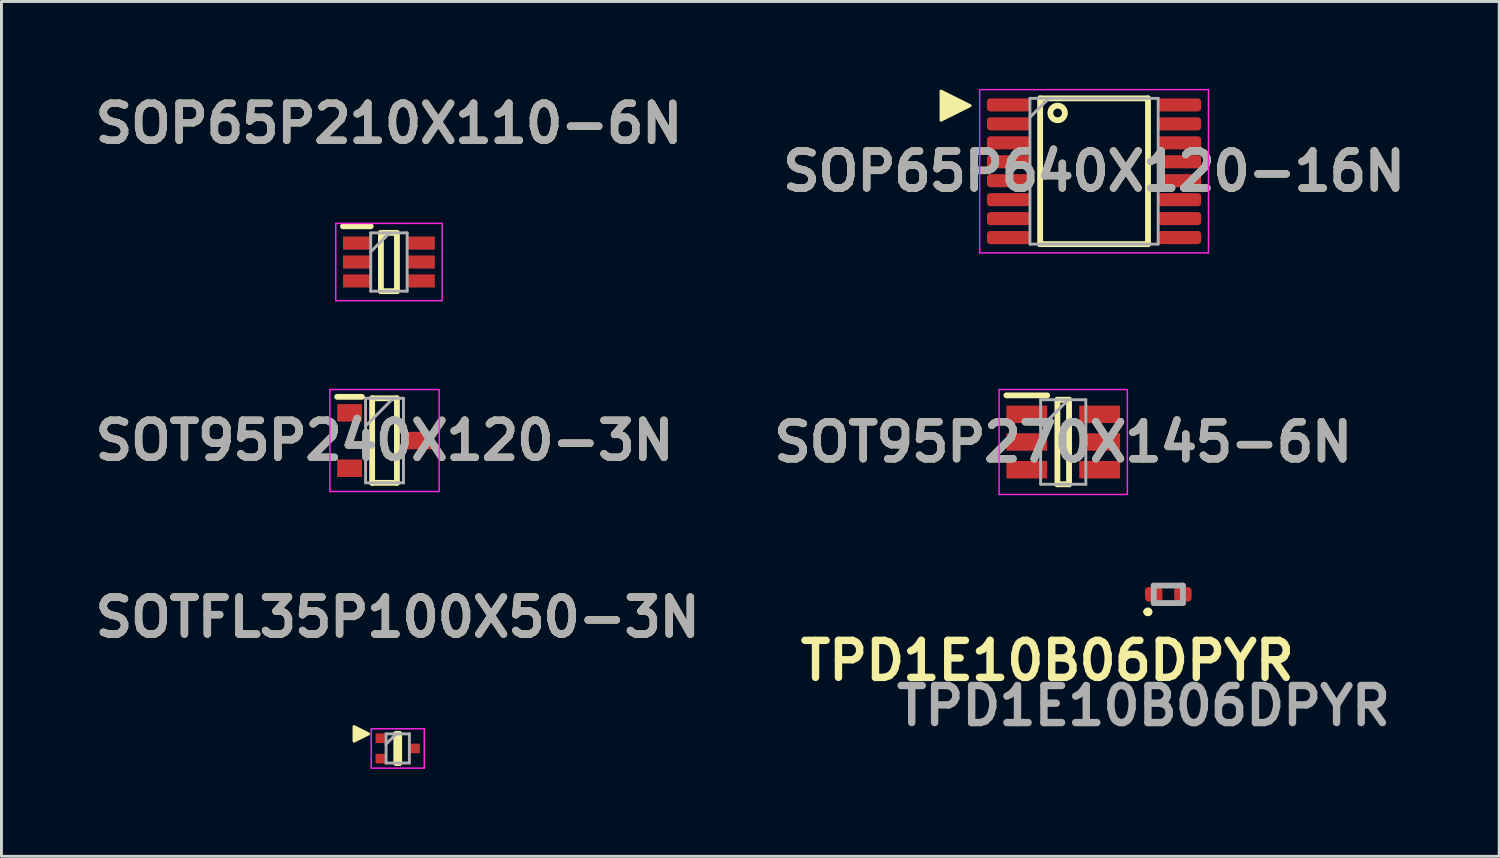
<source format=kicad_pcb>
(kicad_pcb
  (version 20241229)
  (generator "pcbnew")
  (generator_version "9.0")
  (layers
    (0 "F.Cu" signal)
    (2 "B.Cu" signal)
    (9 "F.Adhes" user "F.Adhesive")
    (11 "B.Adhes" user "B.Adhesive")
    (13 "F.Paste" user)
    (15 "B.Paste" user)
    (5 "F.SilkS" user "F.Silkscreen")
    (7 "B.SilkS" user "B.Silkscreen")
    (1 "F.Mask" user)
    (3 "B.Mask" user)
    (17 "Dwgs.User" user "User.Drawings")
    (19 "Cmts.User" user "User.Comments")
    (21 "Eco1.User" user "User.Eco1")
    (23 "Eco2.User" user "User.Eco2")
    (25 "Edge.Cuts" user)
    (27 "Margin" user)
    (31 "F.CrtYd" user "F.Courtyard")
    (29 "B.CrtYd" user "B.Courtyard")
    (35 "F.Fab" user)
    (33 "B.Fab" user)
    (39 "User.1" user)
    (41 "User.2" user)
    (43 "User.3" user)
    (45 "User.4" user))
  (footprint "SOT95P270X145-6N"
    (layer "F.Cu")
    (at 33.426 12.114)
    (property "Reference" "SOT95P270X145-6N" (at 0 0 0) (layer "F.SilkS") (effects (font (size 1.27 1.27) (thickness 0.254))))
    (attr smd)
    (fp_line (start -1.95 -1.6) (end -0.55 -1.6) (stroke (width 0.2) (type solid)) (layer "F.SilkS"))
    (fp_line (start -0.2 -1.45) (end 0.2 -1.45) (stroke (width 0.2) (type solid)) (layer "F.SilkS"))
    (fp_line (start -0.2 1.45) (end -0.2 -1.45) (stroke (width 0.2) (type solid)) (layer "F.SilkS"))
    (fp_line (start 0.2 -1.45) (end 0.2 1.45) (stroke (width 0.2) (type solid)) (layer "F.SilkS"))
    (fp_line (start 0.2 1.45) (end -0.2 1.45) (stroke (width 0.2) (type solid)) (layer "F.SilkS"))
    (fp_line (start -2.2 -1.8) (end 2.2 -1.8) (stroke (width 0.05) (type solid)) (layer "F.CrtYd"))
    (fp_line (start -2.2 1.8) (end -2.2 -1.8) (stroke (width 0.05) (type solid)) (layer "F.CrtYd"))
    (fp_line (start 2.2 -1.8) (end 2.2 1.8) (stroke (width 0.05) (type solid)) (layer "F.CrtYd"))
    (fp_line (start 2.2 1.8) (end -2.2 1.8) (stroke (width 0.05) (type solid)) (layer "F.CrtYd"))
    (fp_line (start -0.775 -1.45) (end 0.775 -1.45) (stroke (width 0.1) (type solid)) (layer "F.Fab"))
    (fp_line (start -0.775 -0.5) (end 0.175 -1.45) (stroke (width 0.1) (type solid)) (layer "F.Fab"))
    (fp_line (start -0.775 1.45) (end -0.775 -1.45) (stroke (width 0.1) (type solid)) (layer "F.Fab"))
    (fp_line (start 0.775 -1.45) (end 0.775 1.45) (stroke (width 0.1) (type solid)) (layer "F.Fab"))
    (fp_line (start 0.775 1.45) (end -0.775 1.45) (stroke (width 0.1) (type solid)) (layer "F.Fab"))
    (fp_text user "${REFERENCE}" (at 0 0 0) (layer "F.Fab") (effects (font (size 1.27 1.27) (thickness 0.254))))
    (pad "1" smd rect (at -1.25 -0.95 90) (size 0.6 1.4) (layers "F.Cu" "F.Mask" "F.Paste"))
    (pad "2" smd rect (at -1.25 0 90) (size 0.6 1.4) (layers "F.Cu" "F.Mask" "F.Paste"))
    (pad "3" smd rect (at -1.25 0.95 90) (size 0.6 1.4) (layers "F.Cu" "F.Mask" "F.Paste"))
    (pad "4" smd rect (at 1.25 0.95 90) (size 0.6 1.4) (layers "F.Cu" "F.Mask" "F.Paste"))
    (pad "5" smd rect (at 1.25 0 90) (size 0.6 1.4) (layers "F.Cu" "F.Mask" "F.Paste"))
    (pad "6" smd rect (at 1.25 -0.95 90) (size 0.6 1.4) (layers "F.Cu" "F.Mask" "F.Paste")))
  (footprint "SOT95P240X120-3N"
    (layer "F.Cu")
    (at 10.142 12.064)
    (property "Reference" "SOT95P240X120-3N" (at 0 0 0) (layer "F.SilkS") (effects (font (size 1.27 1.27) (thickness 0.254))))
    (attr smd)
    (fp_line (start -1.625 -1.5) (end -0.775 -1.5) (stroke (width 0.2) (type solid)) (layer "F.SilkS"))
    (fp_line (start -0.425 -1.45) (end 0.425 -1.45) (stroke (width 0.2) (type solid)) (layer "F.SilkS"))
    (fp_line (start -0.425 1.45) (end -0.425 -1.45) (stroke (width 0.2) (type solid)) (layer "F.SilkS"))
    (fp_line (start 0.425 -1.45) (end 0.425 1.45) (stroke (width 0.2) (type solid)) (layer "F.SilkS"))
    (fp_line (start 0.425 1.45) (end -0.425 1.45) (stroke (width 0.2) (type solid)) (layer "F.SilkS"))
    (fp_line (start -1.875 -1.75) (end 1.875 -1.75) (stroke (width 0.05) (type solid)) (layer "F.CrtYd"))
    (fp_line (start -1.875 1.75) (end -1.875 -1.75) (stroke (width 0.05) (type solid)) (layer "F.CrtYd"))
    (fp_line (start 1.875 -1.75) (end 1.875 1.75) (stroke (width 0.05) (type solid)) (layer "F.CrtYd"))
    (fp_line (start 1.875 1.75) (end -1.875 1.75) (stroke (width 0.05) (type solid)) (layer "F.CrtYd"))
    (fp_line (start -0.65 -1.45) (end 0.65 -1.45) (stroke (width 0.1) (type solid)) (layer "F.Fab"))
    (fp_line (start -0.65 -0.5) (end 0.3 -1.45) (stroke (width 0.1) (type solid)) (layer "F.Fab"))
    (fp_line (start -0.65 1.45) (end -0.65 -1.45) (stroke (width 0.1) (type solid)) (layer "F.Fab"))
    (fp_line (start 0.65 -1.45) (end 0.65 1.45) (stroke (width 0.1) (type solid)) (layer "F.Fab"))
    (fp_line (start 0.65 1.45) (end -0.65 1.45) (stroke (width 0.1) (type solid)) (layer "F.Fab"))
    (fp_text user "${REFERENCE}" (at 0 0 0) (layer "F.Fab") (effects (font (size 1.27 1.27) (thickness 0.254))))
    (pad "1" smd rect (at -1.2 -0.95 90) (size 0.6 0.85) (layers "F.Cu" "F.Mask" "F.Paste"))
    (pad "2" smd rect (at -1.2 0.95 90) (size 0.6 0.85) (layers "F.Cu" "F.Mask" "F.Paste"))
    (pad "3" smd rect (at 1.2 0 90) (size 0.6 0.85) (layers "F.Cu" "F.Mask" "F.Paste")))
  (footprint "SOP65P210X110-6N"
    (layer "F.Cu")
    (at 10.293 5.939)
    (property "Reference" "SOP65P210X110-6N" (at 0 -4.75 0) (layer "F.SilkS") (effects (font (size 1.27 1.27) (thickness 0.254))))
    (attr smd)
    (fp_line (start -1.575 -1.225) (end -0.625 -1.225) (stroke (width 0.2) (type solid)) (layer "F.SilkS"))
    (fp_line (start -0.275 -1) (end 0.275 -1) (stroke (width 0.2) (type solid)) (layer "F.SilkS"))
    (fp_line (start -0.275 1) (end -0.275 -1) (stroke (width 0.2) (type solid)) (layer "F.SilkS"))
    (fp_line (start 0.275 -1) (end 0.275 1) (stroke (width 0.2) (type solid)) (layer "F.SilkS"))
    (fp_line (start 0.275 1) (end -0.275 1) (stroke (width 0.2) (type solid)) (layer "F.SilkS"))
    (fp_line (start -1.825 -1.325) (end 1.825 -1.325) (stroke (width 0.05) (type solid)) (layer "F.CrtYd"))
    (fp_line (start -1.825 1.325) (end -1.825 -1.325) (stroke (width 0.05) (type solid)) (layer "F.CrtYd"))
    (fp_line (start 1.825 -1.325) (end 1.825 1.325) (stroke (width 0.05) (type solid)) (layer "F.CrtYd"))
    (fp_line (start 1.825 1.325) (end -1.825 1.325) (stroke (width 0.05) (type solid)) (layer "F.CrtYd"))
    (fp_line (start -0.625 -1) (end 0.625 -1) (stroke (width 0.1) (type solid)) (layer "F.Fab"))
    (fp_line (start -0.625 -0.35) (end 0.025 -1) (stroke (width 0.1) (type solid)) (layer "F.Fab"))
    (fp_line (start -0.625 1) (end -0.625 -1) (stroke (width 0.1) (type solid)) (layer "F.Fab"))
    (fp_line (start 0.625 -1) (end 0.625 1) (stroke (width 0.1) (type solid)) (layer "F.Fab"))
    (fp_line (start 0.625 1) (end -0.625 1) (stroke (width 0.1) (type solid)) (layer "F.Fab"))
    (fp_text user "${REFERENCE}" (at 0 -4.75 0) (layer "F.Fab") (effects (font (size 1.27 1.27) (thickness 0.254))))
    (pad "1" smd rect (at -1.1 -0.65 90) (size 0.45 0.95) (layers "F.Cu" "F.Mask" "F.Paste"))
    (pad "2" smd rect (at -1.1 0 90) (size 0.45 0.95) (layers "F.Cu" "F.Mask" "F.Paste"))
    (pad "3" smd rect (at -1.1 0.65 90) (size 0.45 0.95) (layers "F.Cu" "F.Mask" "F.Paste"))
    (pad "4" smd rect (at 1.1 0.65 90) (size 0.45 0.95) (layers "F.Cu" "F.Mask" "F.Paste"))
    (pad "5" smd rect (at 1.1 0 90) (size 0.45 0.95) (layers "F.Cu" "F.Mask" "F.Paste"))
    (pad "6" smd rect (at 1.1 -0.65 90) (size 0.45 0.95) (layers "F.Cu" "F.Mask" "F.Paste")))
  (footprint "SOP65P640X120-16N"
    (layer "F.Cu")
    (at 34.484 2.825)
    (property "Reference" "SOP65P640X120-16N" (at 0 0 0) (layer "F.SilkS") (effects (font (size 1.27 1.27) (thickness 0.254))))
    (attr smd)
    (fp_line (start -1.85 -2.5) (end 1.85 -2.5) (stroke (width 0.2) (type solid)) (layer "F.SilkS"))
    (fp_line (start -1.85 2.5) (end -1.85 -2.5) (stroke (width 0.2) (type solid)) (layer "F.SilkS"))
    (fp_line (start 1.85 -2.5) (end 1.85 2.5) (stroke (width 0.2) (type solid)) (layer "F.SilkS"))
    (fp_line (start 1.85 2.5) (end -1.85 2.5) (stroke (width 0.2) (type solid)) (layer "F.SilkS"))
    (fp_circle (center -1.25 -2) (end -1.25 -2.25) (stroke (width 0.2) (type solid)) (fill no) (layer "F.SilkS"))
    (fp_poly (pts (xy -4.25 -2.25) (xy -5.25 -1.75) (xy -5.25 -2.75)) (stroke (width 0.1) (type solid)) (fill yes) (layer "F.SilkS"))
    (fp_line (start -3.925 -2.8) (end 3.925 -2.8) (stroke (width 0.05) (type solid)) (layer "F.CrtYd"))
    (fp_line (start -3.925 2.8) (end -3.925 -2.8) (stroke (width 0.05) (type solid)) (layer "F.CrtYd"))
    (fp_line (start 3.925 -2.8) (end 3.925 2.8) (stroke (width 0.05) (type solid)) (layer "F.CrtYd"))
    (fp_line (start 3.925 2.8) (end -3.925 2.8) (stroke (width 0.05) (type solid)) (layer "F.CrtYd"))
    (fp_line (start -2.2 -2.5) (end 2.2 -2.5) (stroke (width 0.1) (type solid)) (layer "F.Fab"))
    (fp_line (start -2.2 -1.85) (end -1.55 -2.5) (stroke (width 0.1) (type solid)) (layer "F.Fab"))
    (fp_line (start -2.2 2.5) (end -2.2 -2.5) (stroke (width 0.1) (type solid)) (layer "F.Fab"))
    (fp_line (start 2.2 -2.5) (end 2.2 2.5) (stroke (width 0.1) (type solid)) (layer "F.Fab"))
    (fp_line (start 2.2 2.5) (end -2.2 2.5) (stroke (width 0.1) (type solid)) (layer "F.Fab"))
    (fp_text user "${REFERENCE}" (at 0 0 0) (layer "F.Fab") (effects (font (size 1.27 1.27) (thickness 0.254))))
    (pad "1" smd roundrect (at -2.938 -2.275 90) (size 0.45 1.475) (layers "F.Cu" "F.Mask" "F.Paste") (roundrect_rratio 0.25))
    (pad "2" smd roundrect (at -2.938 -1.625 90) (size 0.45 1.475) (layers "F.Cu" "F.Mask" "F.Paste") (roundrect_rratio 0.25))
    (pad "3" smd roundrect (at -2.938 -0.975 90) (size 0.45 1.475) (layers "F.Cu" "F.Mask" "F.Paste") (roundrect_rratio 0.25))
    (pad "4" smd roundrect (at -2.938 -0.325 90) (size 0.45 1.475) (layers "F.Cu" "F.Mask" "F.Paste") (roundrect_rratio 0.25))
    (pad "5" smd roundrect (at -2.938 0.325 90) (size 0.45 1.475) (layers "F.Cu" "F.Mask" "F.Paste") (roundrect_rratio 0.25))
    (pad "6" smd roundrect (at -2.938 0.975 90) (size 0.45 1.475) (layers "F.Cu" "F.Mask" "F.Paste") (roundrect_rratio 0.25))
    (pad "7" smd roundrect (at -2.938 1.625 90) (size 0.45 1.475) (layers "F.Cu" "F.Mask" "F.Paste") (roundrect_rratio 0.25))
    (pad "8" smd roundrect (at -2.938 2.275 90) (size 0.45 1.475) (layers "F.Cu" "F.Mask" "F.Paste") (roundrect_rratio 0.25))
    (pad "9" smd roundrect (at 2.938 2.275 90) (size 0.45 1.475) (layers "F.Cu" "F.Mask" "F.Paste") (roundrect_rratio 0.25))
    (pad "10" smd roundrect (at 2.938 1.625 90) (size 0.45 1.475) (layers "F.Cu" "F.Mask" "F.Paste") (roundrect_rratio 0.25))
    (pad "11" smd roundrect (at 2.938 0.975 90) (size 0.45 1.475) (layers "F.Cu" "F.Mask" "F.Paste") (roundrect_rratio 0.25))
    (pad "12" smd roundrect (at 2.938 0.325 90) (size 0.45 1.475) (layers "F.Cu" "F.Mask" "F.Paste") (roundrect_rratio 0.25))
    (pad "13" smd roundrect (at 2.938 -0.325 90) (size 0.45 1.475) (layers "F.Cu" "F.Mask" "F.Paste") (roundrect_rratio 0.25))
    (pad "14" smd roundrect (at 2.938 -0.975 90) (size 0.45 1.475) (layers "F.Cu" "F.Mask" "F.Paste") (roundrect_rratio 0.25))
    (pad "15" smd roundrect (at 2.938 -1.625 90) (size 0.45 1.475) (layers "F.Cu" "F.Mask" "F.Paste") (roundrect_rratio 0.25))
    (pad "16" smd roundrect (at 2.938 -2.275 90) (size 0.45 1.475) (layers "F.Cu" "F.Mask" "F.Paste") (roundrect_rratio 0.25)))
  (footprint "TPD1E10B06DPYR"
    (layer "F.Cu")
    (at 37.031 17.339)
    (property "Reference" "TPD1E10B06DPYR" (at -4.15 2.275 0) (layer "F.SilkS") (effects (font (size 1.27 1.27) (thickness 0.254))))
    (attr smd)
    (fp_line (start -0.75 0.6) (end -0.75 0.6) (stroke (width 0.2) (type solid)) (layer "F.SilkS"))
    (fp_line (start -0.75 0.6) (end -0.75 0.6) (stroke (width 0.2) (type solid)) (layer "F.SilkS"))
    (fp_line (start -0.65 0.6) (end -0.65 0.6) (stroke (width 0.2) (type solid)) (layer "F.SilkS"))
    (fp_arc (start -0.75 0.6) (mid -0.7 0.55) (end -0.65 0.6) (stroke (width 0.2) (type solid)) (layer "F.SilkS"))
    (fp_arc (start -0.65 0.6) (mid -0.7 0.65) (end -0.75 0.6) (stroke (width 0.2) (type solid)) (layer "F.SilkS"))
    (fp_arc (start -0.65 0.6) (mid -0.7 0.65) (end -0.75 0.6) (stroke (width 0.2) (type solid)) (layer "F.SilkS"))
    (fp_line (start -0.5 -0.3) (end -0.5 0.3) (stroke (width 0.2) (type solid)) (layer "F.Fab"))
    (fp_line (start -0.5 0.3) (end 0.5 0.3) (stroke (width 0.2) (type solid)) (layer "F.Fab"))
    (fp_line (start 0.5 -0.3) (end -0.5 -0.3) (stroke (width 0.2) (type solid)) (layer "F.Fab"))
    (fp_line (start 0.5 0.3) (end 0.5 -0.3) (stroke (width 0.2) (type solid)) (layer "F.Fab"))
    (fp_text user "${REFERENCE}" (at -0.85 3.825 0) (layer "F.Fab") (effects (font (size 1.27 1.27) (thickness 0.254))))
    (pad "1" smd roundrect (at -0.5 0 90) (size 0.5 0.6) (layers "F.Cu" "F.Mask" "F.Paste") (roundrect_rratio 0.25))
    (pad "2" smd roundrect (at 0.5 0 90) (size 0.5 0.6) (layers "F.Cu" "F.Mask" "F.Paste") (roundrect_rratio 0.25)))
  (footprint "SOTFL35P100X50-3N"
    (layer "F.Cu")
    (at 10.595 22.627)
    (property "Reference" "SOTFL35P100X50-3N" (at 0 -4.5 0) (layer "F.SilkS") (effects (font (size 1.27 1.27) (thickness 0.254))))
    (attr smd)
    (fp_line (start -0.05 -0.5) (end 0.05 -0.5) (stroke (width 0.2) (type solid)) (layer "F.SilkS"))
    (fp_line (start -0.05 0.5) (end -0.05 -0.5) (stroke (width 0.2) (type solid)) (layer "F.SilkS"))
    (fp_line (start 0.05 -0.5) (end 0.05 0.5) (stroke (width 0.2) (type solid)) (layer "F.SilkS"))
    (fp_line (start 0.05 0.5) (end -0.05 0.5) (stroke (width 0.2) (type solid)) (layer "F.SilkS"))
    (fp_poly (pts (xy -1 -0.5) (xy -1.5 -0.25) (xy -1.5 -0.75)) (stroke (width 0.1) (type solid)) (fill yes) (layer "F.SilkS"))
    (fp_line (start -0.91 -0.675) (end 0.91 -0.675) (stroke (width 0.05) (type solid)) (layer "F.CrtYd"))
    (fp_line (start -0.91 0.675) (end -0.91 -0.675) (stroke (width 0.05) (type solid)) (layer "F.CrtYd"))
    (fp_line (start 0.91 -0.675) (end 0.91 0.675) (stroke (width 0.05) (type solid)) (layer "F.CrtYd"))
    (fp_line (start 0.91 0.675) (end -0.91 0.675) (stroke (width 0.05) (type solid)) (layer "F.CrtYd"))
    (fp_line (start -0.4 -0.5) (end 0.4 -0.5) (stroke (width 0.1) (type solid)) (layer "F.Fab"))
    (fp_line (start -0.4 -0.15) (end -0.05 -0.5) (stroke (width 0.1) (type solid)) (layer "F.Fab"))
    (fp_line (start -0.4 0.5) (end -0.4 -0.5) (stroke (width 0.1) (type solid)) (layer "F.Fab"))
    (fp_line (start 0.4 -0.5) (end 0.4 0.5) (stroke (width 0.1) (type solid)) (layer "F.Fab"))
    (fp_line (start 0.4 0.5) (end -0.4 0.5) (stroke (width 0.1) (type solid)) (layer "F.Fab"))
    (fp_text user "${REFERENCE}" (at 0 -4.5 0) (layer "F.Fab") (effects (font (size 1.27 1.27) (thickness 0.254))))
    (pad "1" smd rect (at -0.58 -0.35 90) (size 0.33 0.36) (layers "F.Cu" "F.Mask" "F.Paste"))
    (pad "2" smd rect (at -0.58 0.35 90) (size 0.33 0.36) (layers "F.Cu" "F.Mask" "F.Paste"))
    (pad "3" smd rect (at 0.58 0 90) (size 0.33 0.36) (layers "F.Cu" "F.Mask" "F.Paste")))
  (gr_rect
    (start -3 -3)
    (end 48.382 26.327)
    (stroke (width 0.1) (type default))
    (fill no)
    (layer "Edge.Cuts")))
</source>
